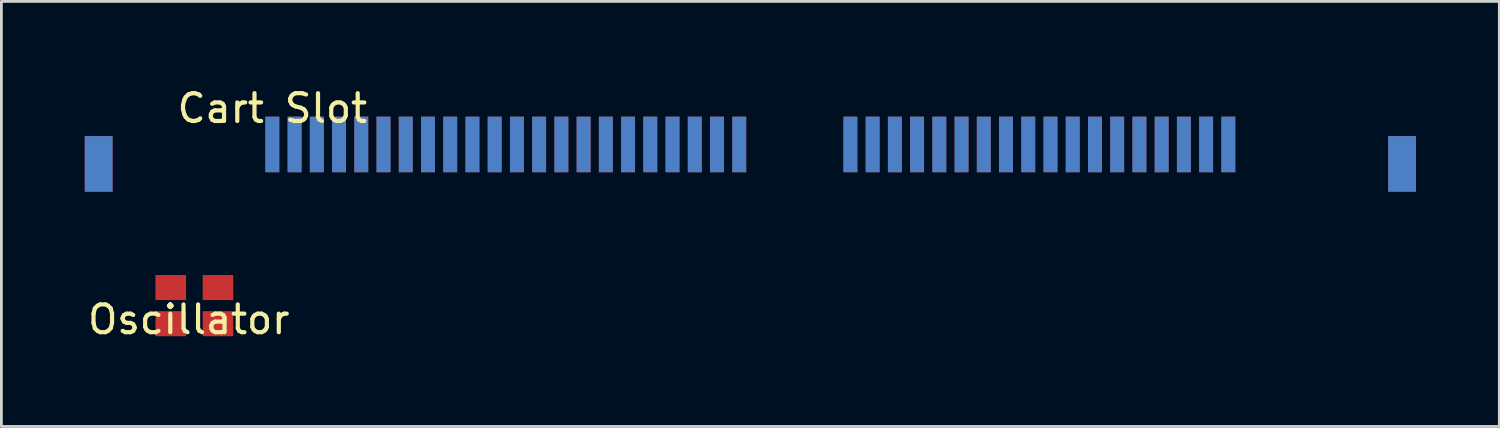
<source format=kicad_pcb>
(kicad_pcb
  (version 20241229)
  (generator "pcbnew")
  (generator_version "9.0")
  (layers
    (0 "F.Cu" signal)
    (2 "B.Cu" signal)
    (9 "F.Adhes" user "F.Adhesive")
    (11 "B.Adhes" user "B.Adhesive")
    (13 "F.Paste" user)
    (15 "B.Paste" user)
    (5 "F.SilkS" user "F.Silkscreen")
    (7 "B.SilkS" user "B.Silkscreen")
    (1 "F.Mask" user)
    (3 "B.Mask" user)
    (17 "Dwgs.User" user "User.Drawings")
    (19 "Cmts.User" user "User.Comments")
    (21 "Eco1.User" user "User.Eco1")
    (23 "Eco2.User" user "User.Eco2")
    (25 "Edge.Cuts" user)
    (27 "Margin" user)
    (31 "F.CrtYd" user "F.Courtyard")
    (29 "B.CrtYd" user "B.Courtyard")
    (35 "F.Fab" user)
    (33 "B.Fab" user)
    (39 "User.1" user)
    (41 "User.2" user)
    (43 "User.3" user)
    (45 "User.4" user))
  (footprint "Oscillator"
    (layer "F.Cu")
    (at 3.744 7.948)
    (property "Reference" "Oscillator" (at 0 0.5 0) (layer "F.SilkS") (effects (font (size 1 1) (thickness 0.15))))
    (attr through_hole)
    (pad "1" smd rect (at -0.65 0.65) (size 1.1 0.9) (layers "F.Cu" "F.Mask" "F.Paste"))
    (pad "2" smd rect (at 1.05 0.65) (size 1.1 0.9) (layers "F.Cu" "F.Mask" "F.Paste"))
    (pad "3" smd rect (at 1.05 -0.65) (size 1.1 0.9) (layers "F.Cu" "F.Mask" "F.Paste"))
    (pad "4" smd rect (at -0.65 -0.65) (size 1.1 0.9) (layers "F.Cu" "F.Mask" "F.Paste")))
  (footprint "Cart Slot"
    (layer "F.Cu")
    (at 6.75 2.148)
    (property "Reference" "Cart Slot" (at 0 -1.3 0) (layer "F.SilkS") (effects (font (size 1 1) (thickness 0.15))))
    (attr through_hole)
    (pad "1" smd rect (at 32.8 0) (size 0.5 2) (layers "F.Cu" "F.Mask" "F.Paste"))
    (pad "1" smd rect (at 33.6 0) (size 0.5 2) (layers "F.Cu" "F.Mask" "F.Paste"))
    (pad "1" smd rect (at 34.4 0) (size 0.5 2) (layers "F.Cu" "F.Mask" "F.Paste"))
    (pad "2" smd rect (at 32 0) (size 0.5 2) (layers "F.Cu" "F.Mask" "F.Paste"))
    (pad "3" smd rect (at 31.2 0) (size 0.5 2) (layers "F.Cu" "F.Mask" "F.Paste"))
    (pad "4" smd rect (at 30.4 0) (size 0.5 2) (layers "F.Cu" "F.Mask" "F.Paste"))
    (pad "5" smd rect (at 29.6 0) (size 0.5 2) (layers "F.Cu" "F.Mask" "F.Paste"))
    (pad "6" smd rect (at 28.8 0) (size 0.5 2) (layers "F.Cu" "F.Mask" "F.Paste"))
    (pad "7" smd rect (at 28 0) (size 0.5 2) (layers "F.Cu" "F.Mask" "F.Paste"))
    (pad "8" smd rect (at 27.2 0) (size 0.5 2) (layers "F.Cu" "F.Mask" "F.Paste"))
    (pad "9" smd rect (at 26.4 0) (size 0.5 2) (layers "F.Cu" "F.Mask" "F.Paste"))
    (pad "10" smd rect (at 25.6 0) (size 0.5 2) (layers "F.Cu" "F.Mask" "F.Paste"))
    (pad "11" smd rect (at 24.8 0) (size 0.5 2) (layers "F.Cu" "F.Mask" "F.Paste"))
    (pad "12" smd rect (at 24 0) (size 0.5 2) (layers "F.Cu" "F.Mask" "F.Paste"))
    (pad "13" smd rect (at 23.2 0) (size 0.5 2) (layers "F.Cu" "F.Mask" "F.Paste"))
    (pad "14" smd rect (at 22.4 0) (size 0.5 2) (layers "F.Cu" "F.Mask" "F.Paste"))
    (pad "15" smd rect (at 21.6 0) (size 0.5 2) (layers "F.Cu" "F.Mask" "F.Paste"))
    (pad "16" smd rect (at 20.8 0) (size 0.5 2) (layers "F.Cu" "F.Mask" "F.Paste"))
    (pad "17" smd rect (at 16.8 0) (size 0.5 2) (layers "F.Cu" "F.Mask" "F.Paste"))
    (pad "18" smd rect (at 16 0) (size 0.5 2) (layers "F.Cu" "F.Mask" "F.Paste"))
    (pad "19" smd rect (at 15.2 0) (size 0.5 2) (layers "F.Cu" "F.Mask" "F.Paste"))
    (pad "20" smd rect (at 14.4 0) (size 0.5 2) (layers "F.Cu" "F.Mask" "F.Paste"))
    (pad "21" smd rect (at 13.6 0) (size 0.5 2) (layers "F.Cu" "F.Mask" "F.Paste"))
    (pad "22" smd rect (at 12.8 0) (size 0.5 2) (layers "F.Cu" "F.Mask" "F.Paste"))
    (pad "23" smd rect (at 12 0) (size 0.5 2) (layers "F.Cu" "F.Mask" "F.Paste"))
    (pad "24" smd rect (at 11.2 0) (size 0.5 2) (layers "F.Cu" "F.Mask" "F.Paste"))
    (pad "25" smd rect (at 10.4 0) (size 0.5 2) (layers "F.Cu" "F.Mask" "F.Paste"))
    (pad "26" smd rect (at 9.6 0) (size 0.5 2) (layers "F.Cu" "F.Mask" "F.Paste"))
    (pad "27" smd rect (at 8.8 0) (size 0.5 2) (layers "F.Cu" "F.Mask" "F.Paste"))
    (pad "28" smd rect (at 8 0) (size 0.5 2) (layers "F.Cu" "F.Mask" "F.Paste"))
    (pad "29" smd rect (at 7.2 0) (size 0.5 2) (layers "F.Cu" "F.Mask" "F.Paste"))
    (pad "30" smd rect (at 6.4 0) (size 0.5 2) (layers "F.Cu" "F.Mask" "F.Paste"))
    (pad "31" smd rect (at 5.6 0) (size 0.5 2) (layers "F.Cu" "F.Mask" "F.Paste"))
    (pad "32" smd rect (at 4.8 0) (size 0.5 2) (layers "F.Cu" "F.Mask" "F.Paste"))
    (pad "33" smd rect (at 4 0) (size 0.5 2) (layers "F.Cu" "F.Mask" "F.Paste"))
    (pad "34" smd rect (at 3.2 0) (size 0.5 2) (layers "F.Cu" "F.Mask" "F.Paste"))
    (pad "35" smd rect (at 2.4 0) (size 0.5 2) (layers "F.Cu" "F.Mask" "F.Paste"))
    (pad "36" smd rect (at 0 0) (size 0.5 2) (layers "F.Cu" "F.Mask" "F.Paste"))
    (pad "36" smd rect (at 0.8 0) (size 0.5 2) (layers "F.Cu" "F.Mask" "F.Paste"))
    (pad "36" smd rect (at 1.6 0) (size 0.5 2) (layers "F.Cu" "F.Mask" "F.Paste"))
    (pad "37" smd rect (at 32.8 0) (size 0.5 2) (layers "B.Cu" "B.Mask" "B.Paste"))
    (pad "37" smd rect (at 33.6 0) (size 0.5 2) (layers "B.Cu" "B.Mask" "B.Paste"))
    (pad "37" smd rect (at 34.4 0) (size 0.5 2) (layers "B.Cu" "B.Mask" "B.Paste"))
    (pad "38" smd rect (at 32 0) (size 0.5 2) (layers "B.Cu" "B.Mask" "B.Paste"))
    (pad "39" smd rect (at 31.2 0) (size 0.5 2) (layers "B.Cu" "B.Mask" "B.Paste"))
    (pad "40" smd rect (at 30.4 0) (size 0.5 2) (layers "B.Cu" "B.Mask" "B.Paste"))
    (pad "41" smd rect (at 29.6 0) (size 0.5 2) (layers "B.Cu" "B.Mask" "B.Paste"))
    (pad "42" smd rect (at 28.8 0) (size 0.5 2) (layers "B.Cu" "B.Mask" "B.Paste"))
    (pad "43" smd rect (at 28 0) (size 0.5 2) (layers "B.Cu" "B.Mask" "B.Paste"))
    (pad "44" smd rect (at 27.2 0) (size 0.5 2) (layers "B.Cu" "B.Mask" "B.Paste"))
    (pad "45" smd rect (at 26.4 0) (size 0.5 2) (layers "B.Cu" "B.Mask" "B.Paste"))
    (pad "46" smd rect (at 25.6 0) (size 0.5 2) (layers "B.Cu" "B.Mask" "B.Paste"))
    (pad "47" smd rect (at 24.8 0) (size 0.5 2) (layers "B.Cu" "B.Mask" "B.Paste"))
    (pad "48" smd rect (at 24 0) (size 0.5 2) (layers "B.Cu" "B.Mask" "B.Paste"))
    (pad "49" smd rect (at 23.2 0) (size 0.5 2) (layers "B.Cu" "B.Mask" "B.Paste"))
    (pad "50" smd rect (at 22.4 0) (size 0.5 2) (layers "B.Cu" "B.Mask" "B.Paste"))
    (pad "51" smd rect (at 21.6 0) (size 0.5 2) (layers "B.Cu" "B.Mask" "B.Paste"))
    (pad "52" smd rect (at 20.8 0) (size 0.5 2) (layers "B.Cu" "B.Mask" "B.Paste"))
    (pad "53" smd rect (at 16.8 0) (size 0.5 2) (layers "B.Cu" "B.Mask" "B.Paste"))
    (pad "54" smd rect (at 16 0) (size 0.5 2) (layers "B.Cu" "B.Mask" "B.Paste"))
    (pad "55" smd rect (at 15.2 0) (size 0.5 2) (layers "B.Cu" "B.Mask" "B.Paste"))
    (pad "56" smd rect (at 14.4 0) (size 0.5 2) (layers "B.Cu" "B.Mask" "B.Paste"))
    (pad "57" smd rect (at 13.6 0) (size 0.5 2) (layers "B.Cu" "B.Mask" "B.Paste"))
    (pad "58" smd rect (at 12.8 0) (size 0.5 2) (layers "B.Cu" "B.Mask" "B.Paste"))
    (pad "59" smd rect (at 12 0) (size 0.5 2) (layers "B.Cu" "B.Mask" "B.Paste"))
    (pad "60" smd rect (at 11.2 0) (size 0.5 2) (layers "B.Cu" "B.Mask" "B.Paste"))
    (pad "61" smd rect (at 10.4 0) (size 0.5 2) (layers "B.Cu" "B.Mask" "B.Paste"))
    (pad "62" smd rect (at 9.6 0) (size 0.5 2) (layers "B.Cu" "B.Mask" "B.Paste"))
    (pad "63" smd rect (at 8.8 0) (size 0.5 2) (layers "B.Cu" "B.Mask" "B.Paste"))
    (pad "64" smd rect (at 8 0) (size 0.5 2) (layers "B.Cu" "B.Mask" "B.Paste"))
    (pad "65" smd rect (at 7.2 0) (size 0.5 2) (layers "B.Cu" "B.Mask" "B.Paste"))
    (pad "66" smd rect (at 6.4 0) (size 0.5 2) (layers "B.Cu" "B.Mask" "B.Paste"))
    (pad "67" smd rect (at 5.6 0) (size 0.5 2) (layers "B.Cu" "B.Mask" "B.Paste"))
    (pad "68" smd rect (at 4.8 0) (size 0.5 2) (layers "B.Cu" "B.Mask" "B.Paste"))
    (pad "69" smd rect (at 4 0) (size 0.5 2) (layers "B.Cu" "B.Mask" "B.Paste"))
    (pad "70" smd rect (at 3.2 0) (size 0.5 2) (layers "B.Cu" "B.Mask" "B.Paste"))
    (pad "71" smd rect (at 2.4 0) (size 0.5 2) (layers "B.Cu" "B.Mask" "B.Paste"))
    (pad "72" smd rect (at 0 0) (size 0.5 2) (layers "B.Cu" "B.Mask" "B.Paste"))
    (pad "72" smd rect (at 0.8 0) (size 0.5 2) (layers "B.Cu" "B.Mask" "B.Paste"))
    (pad "72" smd rect (at 1.6 0) (size 0.5 2) (layers "B.Cu" "B.Mask" "B.Paste"))
    (pad "73" connect rect (at -6.25 0.7) (size 1 2) (layers "F.Cu" "F.Mask"))
    (pad "73" connect rect (at -6.25 0.7 180) (size 1 2) (layers "B.Cu" "B.Mask"))
    (pad "73" connect rect (at 40.65 0.7) (size 1 2) (layers "F.Cu" "F.Mask"))
    (pad "73" connect rect (at 40.65 0.7 180) (size 1 2) (layers "B.Cu" "B.Mask")))
  (gr_rect
    (start -3 -3)
    (end 50.9 12.296)
    (stroke (width 0.1) (type default))
    (fill no)
    (layer "Edge.Cuts")))
</source>
